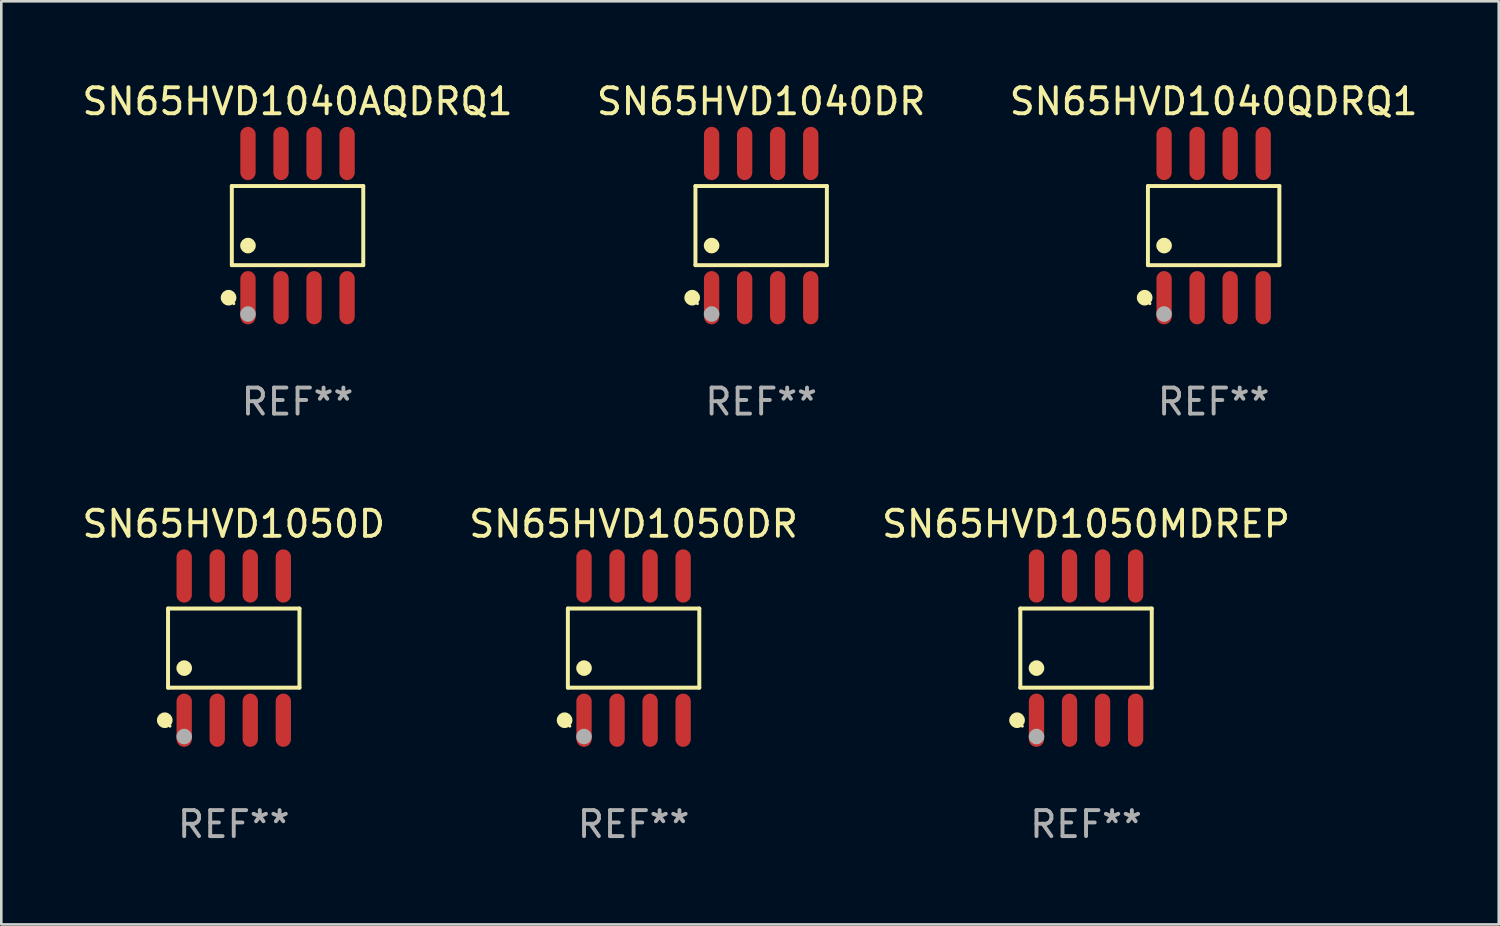
<source format=kicad_pcb>
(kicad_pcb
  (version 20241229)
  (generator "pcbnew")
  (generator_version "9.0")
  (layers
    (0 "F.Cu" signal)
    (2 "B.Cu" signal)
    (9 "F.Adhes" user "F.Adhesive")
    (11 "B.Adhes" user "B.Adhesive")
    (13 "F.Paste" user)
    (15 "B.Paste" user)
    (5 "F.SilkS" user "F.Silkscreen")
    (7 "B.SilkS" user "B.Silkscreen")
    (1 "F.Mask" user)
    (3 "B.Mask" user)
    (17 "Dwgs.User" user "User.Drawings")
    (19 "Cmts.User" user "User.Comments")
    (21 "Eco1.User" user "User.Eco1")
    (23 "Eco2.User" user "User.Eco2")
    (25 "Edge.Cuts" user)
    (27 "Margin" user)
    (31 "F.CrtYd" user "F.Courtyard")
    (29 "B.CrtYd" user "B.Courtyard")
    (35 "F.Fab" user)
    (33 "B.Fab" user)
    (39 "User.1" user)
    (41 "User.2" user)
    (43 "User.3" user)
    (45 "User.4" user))
  (footprint "SN65HVD1050D"
    (layer "F.Cu")
    (at 5.935 21.862)
    (property "Reference" "SN65HVD1050D" (at 0 -4.772 0) (layer "F.SilkS") (effects (font (size 1 1) (thickness 0.15))))
    (attr through_hole)
    (fp_line (start -2.526 -1.521) (end 2.526 -1.521) (stroke (width 0.152) (type solid)) (layer "F.SilkS"))
    (fp_line (start -2.526 1.521) (end -2.526 -1.521) (stroke (width 0.152) (type solid)) (layer "F.SilkS"))
    (fp_line (start 2.526 -1.521) (end 2.526 1.521) (stroke (width 0.152) (type solid)) (layer "F.SilkS"))
    (fp_line (start 2.526 1.521) (end -2.526 1.521) (stroke (width 0.152) (type solid)) (layer "F.SilkS"))
    (fp_circle (center -2.652 2.772) (end -2.501 2.772) (stroke (width 0.3) (type solid)) (fill no) (layer "F.SilkS"))
    (fp_circle (center -2.45 3) (end -2.42 3) (stroke (width 0.06) (type solid)) (fill no) (layer "F.SilkS"))
    (fp_circle (center -1.905 0.769) (end -1.755 0.769) (stroke (width 0.3) (type solid)) (fill no) (layer "F.SilkS"))
    (fp_circle (center -1.905 3.4) (end -1.755 3.4) (stroke (width 0.3) (type solid)) (fill no) (layer "F.Fab"))
    (fp_text user "REF**" (at 0 6.772 0) (layer "F.Fab") (effects (font (size 1 1) (thickness 0.15))))
    (pad "1" smd oval (at -1.905 2.772) (size 0.588 2.045) (layers "F.Cu" "F.Mask" "F.Paste"))
    (pad "2" smd oval (at -0.635 2.772) (size 0.588 2.045) (layers "F.Cu" "F.Mask" "F.Paste"))
    (pad "3" smd oval (at 0.635 2.772) (size 0.588 2.045) (layers "F.Cu" "F.Mask" "F.Paste"))
    (pad "4" smd oval (at 1.905 2.772) (size 0.588 2.045) (layers "F.Cu" "F.Mask" "F.Paste"))
    (pad "5" smd oval (at 1.905 -2.772) (size 0.588 2.045) (layers "F.Cu" "F.Mask" "F.Paste"))
    (pad "6" smd oval (at 0.635 -2.772) (size 0.588 2.045) (layers "F.Cu" "F.Mask" "F.Paste"))
    (pad "7" smd oval (at -0.635 -2.772) (size 0.588 2.045) (layers "F.Cu" "F.Mask" "F.Paste"))
    (pad "8" smd oval (at -1.905 -2.772) (size 0.588 2.045) (layers "F.Cu" "F.Mask" "F.Paste")))
  (footprint "SN65HVD1040QDRQ1"
    (layer "F.Cu")
    (at 43.601 5.621)
    (property "Reference" "SN65HVD1040QDRQ1" (at 0 -4.772 0) (layer "F.SilkS") (effects (font (size 1 1) (thickness 0.15))))
    (attr through_hole)
    (fp_line (start -2.526 -1.521) (end 2.526 -1.521) (stroke (width 0.152) (type solid)) (layer "F.SilkS"))
    (fp_line (start -2.526 1.521) (end -2.526 -1.521) (stroke (width 0.152) (type solid)) (layer "F.SilkS"))
    (fp_line (start 2.526 -1.521) (end 2.526 1.521) (stroke (width 0.152) (type solid)) (layer "F.SilkS"))
    (fp_line (start 2.526 1.521) (end -2.526 1.521) (stroke (width 0.152) (type solid)) (layer "F.SilkS"))
    (fp_circle (center -2.652 2.772) (end -2.501 2.772) (stroke (width 0.3) (type solid)) (fill no) (layer "F.SilkS"))
    (fp_circle (center -2.45 3) (end -2.42 3) (stroke (width 0.06) (type solid)) (fill no) (layer "F.SilkS"))
    (fp_circle (center -1.905 0.769) (end -1.755 0.769) (stroke (width 0.3) (type solid)) (fill no) (layer "F.SilkS"))
    (fp_circle (center -1.905 3.4) (end -1.755 3.4) (stroke (width 0.3) (type solid)) (fill no) (layer "F.Fab"))
    (fp_text user "REF**" (at 0 6.772 0) (layer "F.Fab") (effects (font (size 1 1) (thickness 0.15))))
    (pad "1" smd oval (at -1.905 2.772) (size 0.588 2.045) (layers "F.Cu" "F.Mask" "F.Paste"))
    (pad "2" smd oval (at -0.635 2.772) (size 0.588 2.045) (layers "F.Cu" "F.Mask" "F.Paste"))
    (pad "3" smd oval (at 0.635 2.772) (size 0.588 2.045) (layers "F.Cu" "F.Mask" "F.Paste"))
    (pad "4" smd oval (at 1.905 2.772) (size 0.588 2.045) (layers "F.Cu" "F.Mask" "F.Paste"))
    (pad "5" smd oval (at 1.905 -2.772) (size 0.588 2.045) (layers "F.Cu" "F.Mask" "F.Paste"))
    (pad "6" smd oval (at 0.635 -2.772) (size 0.588 2.045) (layers "F.Cu" "F.Mask" "F.Paste"))
    (pad "7" smd oval (at -0.635 -2.772) (size 0.588 2.045) (layers "F.Cu" "F.Mask" "F.Paste"))
    (pad "8" smd oval (at -1.905 -2.772) (size 0.588 2.045) (layers "F.Cu" "F.Mask" "F.Paste")))
  (footprint "SN65HVD1050MDREP"
    (layer "F.Cu")
    (at 38.696 21.862)
    (property "Reference" "SN65HVD1050MDREP" (at 0 -4.772 0) (layer "F.SilkS") (effects (font (size 1 1) (thickness 0.15))))
    (attr through_hole)
    (fp_line (start -2.526 -1.521) (end 2.526 -1.521) (stroke (width 0.152) (type solid)) (layer "F.SilkS"))
    (fp_line (start -2.526 1.521) (end -2.526 -1.521) (stroke (width 0.152) (type solid)) (layer "F.SilkS"))
    (fp_line (start 2.526 -1.521) (end 2.526 1.521) (stroke (width 0.152) (type solid)) (layer "F.SilkS"))
    (fp_line (start 2.526 1.521) (end -2.526 1.521) (stroke (width 0.152) (type solid)) (layer "F.SilkS"))
    (fp_circle (center -2.652 2.772) (end -2.501 2.772) (stroke (width 0.3) (type solid)) (fill no) (layer "F.SilkS"))
    (fp_circle (center -2.45 3) (end -2.42 3) (stroke (width 0.06) (type solid)) (fill no) (layer "F.SilkS"))
    (fp_circle (center -1.905 0.769) (end -1.755 0.769) (stroke (width 0.3) (type solid)) (fill no) (layer "F.SilkS"))
    (fp_circle (center -1.905 3.4) (end -1.755 3.4) (stroke (width 0.3) (type solid)) (fill no) (layer "F.Fab"))
    (fp_text user "REF**" (at 0 6.772 0) (layer "F.Fab") (effects (font (size 1 1) (thickness 0.15))))
    (pad "1" smd oval (at -1.905 2.772) (size 0.588 2.045) (layers "F.Cu" "F.Mask" "F.Paste"))
    (pad "2" smd oval (at -0.635 2.772) (size 0.588 2.045) (layers "F.Cu" "F.Mask" "F.Paste"))
    (pad "3" smd oval (at 0.635 2.772) (size 0.588 2.045) (layers "F.Cu" "F.Mask" "F.Paste"))
    (pad "4" smd oval (at 1.905 2.772) (size 0.588 2.045) (layers "F.Cu" "F.Mask" "F.Paste"))
    (pad "5" smd oval (at 1.905 -2.772) (size 0.588 2.045) (layers "F.Cu" "F.Mask" "F.Paste"))
    (pad "6" smd oval (at 0.635 -2.772) (size 0.588 2.045) (layers "F.Cu" "F.Mask" "F.Paste"))
    (pad "7" smd oval (at -0.635 -2.772) (size 0.588 2.045) (layers "F.Cu" "F.Mask" "F.Paste"))
    (pad "8" smd oval (at -1.905 -2.772) (size 0.588 2.045) (layers "F.Cu" "F.Mask" "F.Paste")))
  (footprint "SN65HVD1040AQDRQ1"
    (layer "F.Cu")
    (at 8.387 5.621)
    (property "Reference" "SN65HVD1040AQDRQ1" (at 0 -4.772 0) (layer "F.SilkS") (effects (font (size 1 1) (thickness 0.15))))
    (attr through_hole)
    (fp_line (start -2.526 -1.521) (end 2.526 -1.521) (stroke (width 0.152) (type solid)) (layer "F.SilkS"))
    (fp_line (start -2.526 1.521) (end -2.526 -1.521) (stroke (width 0.152) (type solid)) (layer "F.SilkS"))
    (fp_line (start 2.526 -1.521) (end 2.526 1.521) (stroke (width 0.152) (type solid)) (layer "F.SilkS"))
    (fp_line (start 2.526 1.521) (end -2.526 1.521) (stroke (width 0.152) (type solid)) (layer "F.SilkS"))
    (fp_circle (center -2.652 2.772) (end -2.501 2.772) (stroke (width 0.3) (type solid)) (fill no) (layer "F.SilkS"))
    (fp_circle (center -2.45 3) (end -2.42 3) (stroke (width 0.06) (type solid)) (fill no) (layer "F.SilkS"))
    (fp_circle (center -1.905 0.769) (end -1.755 0.769) (stroke (width 0.3) (type solid)) (fill no) (layer "F.SilkS"))
    (fp_circle (center -1.905 3.4) (end -1.755 3.4) (stroke (width 0.3) (type solid)) (fill no) (layer "F.Fab"))
    (fp_text user "REF**" (at 0 6.772 0) (layer "F.Fab") (effects (font (size 1 1) (thickness 0.15))))
    (pad "1" smd oval (at -1.905 2.772) (size 0.588 2.045) (layers "F.Cu" "F.Mask" "F.Paste"))
    (pad "2" smd oval (at -0.635 2.772) (size 0.588 2.045) (layers "F.Cu" "F.Mask" "F.Paste"))
    (pad "3" smd oval (at 0.635 2.772) (size 0.588 2.045) (layers "F.Cu" "F.Mask" "F.Paste"))
    (pad "4" smd oval (at 1.905 2.772) (size 0.588 2.045) (layers "F.Cu" "F.Mask" "F.Paste"))
    (pad "5" smd oval (at 1.905 -2.772) (size 0.588 2.045) (layers "F.Cu" "F.Mask" "F.Paste"))
    (pad "6" smd oval (at 0.635 -2.772) (size 0.588 2.045) (layers "F.Cu" "F.Mask" "F.Paste"))
    (pad "7" smd oval (at -0.635 -2.772) (size 0.588 2.045) (layers "F.Cu" "F.Mask" "F.Paste"))
    (pad "8" smd oval (at -1.905 -2.772) (size 0.588 2.045) (layers "F.Cu" "F.Mask" "F.Paste")))
  (footprint "SN65HVD1050DR"
    (layer "F.Cu")
    (at 21.304 21.862)
    (property "Reference" "SN65HVD1050DR" (at 0 -4.772 0) (layer "F.SilkS") (effects (font (size 1 1) (thickness 0.15))))
    (attr through_hole)
    (fp_line (start -2.526 -1.521) (end 2.526 -1.521) (stroke (width 0.152) (type solid)) (layer "F.SilkS"))
    (fp_line (start -2.526 1.521) (end -2.526 -1.521) (stroke (width 0.152) (type solid)) (layer "F.SilkS"))
    (fp_line (start 2.526 -1.521) (end 2.526 1.521) (stroke (width 0.152) (type solid)) (layer "F.SilkS"))
    (fp_line (start 2.526 1.521) (end -2.526 1.521) (stroke (width 0.152) (type solid)) (layer "F.SilkS"))
    (fp_circle (center -2.652 2.772) (end -2.501 2.772) (stroke (width 0.3) (type solid)) (fill no) (layer "F.SilkS"))
    (fp_circle (center -2.45 3) (end -2.42 3) (stroke (width 0.06) (type solid)) (fill no) (layer "F.SilkS"))
    (fp_circle (center -1.905 0.769) (end -1.755 0.769) (stroke (width 0.3) (type solid)) (fill no) (layer "F.SilkS"))
    (fp_circle (center -1.905 3.4) (end -1.755 3.4) (stroke (width 0.3) (type solid)) (fill no) (layer "F.Fab"))
    (fp_text user "REF**" (at 0 6.772 0) (layer "F.Fab") (effects (font (size 1 1) (thickness 0.15))))
    (pad "1" smd oval (at -1.905 2.772) (size 0.588 2.045) (layers "F.Cu" "F.Mask" "F.Paste"))
    (pad "2" smd oval (at -0.635 2.772) (size 0.588 2.045) (layers "F.Cu" "F.Mask" "F.Paste"))
    (pad "3" smd oval (at 0.635 2.772) (size 0.588 2.045) (layers "F.Cu" "F.Mask" "F.Paste"))
    (pad "4" smd oval (at 1.905 2.772) (size 0.588 2.045) (layers "F.Cu" "F.Mask" "F.Paste"))
    (pad "5" smd oval (at 1.905 -2.772) (size 0.588 2.045) (layers "F.Cu" "F.Mask" "F.Paste"))
    (pad "6" smd oval (at 0.635 -2.772) (size 0.588 2.045) (layers "F.Cu" "F.Mask" "F.Paste"))
    (pad "7" smd oval (at -0.635 -2.772) (size 0.588 2.045) (layers "F.Cu" "F.Mask" "F.Paste"))
    (pad "8" smd oval (at -1.905 -2.772) (size 0.588 2.045) (layers "F.Cu" "F.Mask" "F.Paste")))
  (footprint "SN65HVD1040DR"
    (layer "F.Cu")
    (at 26.208 5.621)
    (property "Reference" "SN65HVD1040DR" (at 0 -4.772 0) (layer "F.SilkS") (effects (font (size 1 1) (thickness 0.15))))
    (attr through_hole)
    (fp_line (start -2.526 -1.521) (end 2.526 -1.521) (stroke (width 0.152) (type solid)) (layer "F.SilkS"))
    (fp_line (start -2.526 1.521) (end -2.526 -1.521) (stroke (width 0.152) (type solid)) (layer "F.SilkS"))
    (fp_line (start 2.526 -1.521) (end 2.526 1.521) (stroke (width 0.152) (type solid)) (layer "F.SilkS"))
    (fp_line (start 2.526 1.521) (end -2.526 1.521) (stroke (width 0.152) (type solid)) (layer "F.SilkS"))
    (fp_circle (center -2.652 2.772) (end -2.501 2.772) (stroke (width 0.3) (type solid)) (fill no) (layer "F.SilkS"))
    (fp_circle (center -2.45 3) (end -2.42 3) (stroke (width 0.06) (type solid)) (fill no) (layer "F.SilkS"))
    (fp_circle (center -1.905 0.769) (end -1.755 0.769) (stroke (width 0.3) (type solid)) (fill no) (layer "F.SilkS"))
    (fp_circle (center -1.905 3.4) (end -1.755 3.4) (stroke (width 0.3) (type solid)) (fill no) (layer "F.Fab"))
    (fp_text user "REF**" (at 0 6.772 0) (layer "F.Fab") (effects (font (size 1 1) (thickness 0.15))))
    (pad "1" smd oval (at -1.905 2.772) (size 0.588 2.045) (layers "F.Cu" "F.Mask" "F.Paste"))
    (pad "2" smd oval (at -0.635 2.772) (size 0.588 2.045) (layers "F.Cu" "F.Mask" "F.Paste"))
    (pad "3" smd oval (at 0.635 2.772) (size 0.588 2.045) (layers "F.Cu" "F.Mask" "F.Paste"))
    (pad "4" smd oval (at 1.905 2.772) (size 0.588 2.045) (layers "F.Cu" "F.Mask" "F.Paste"))
    (pad "5" smd oval (at 1.905 -2.772) (size 0.588 2.045) (layers "F.Cu" "F.Mask" "F.Paste"))
    (pad "6" smd oval (at 0.635 -2.772) (size 0.588 2.045) (layers "F.Cu" "F.Mask" "F.Paste"))
    (pad "7" smd oval (at -0.635 -2.772) (size 0.588 2.045) (layers "F.Cu" "F.Mask" "F.Paste"))
    (pad "8" smd oval (at -1.905 -2.772) (size 0.588 2.045) (layers "F.Cu" "F.Mask" "F.Paste")))
  (gr_rect
    (start -3 -3)
    (end 54.56 32.483)
    (stroke (width 0.1) (type default))
    (fill no)
    (layer "Edge.Cuts")))
</source>
